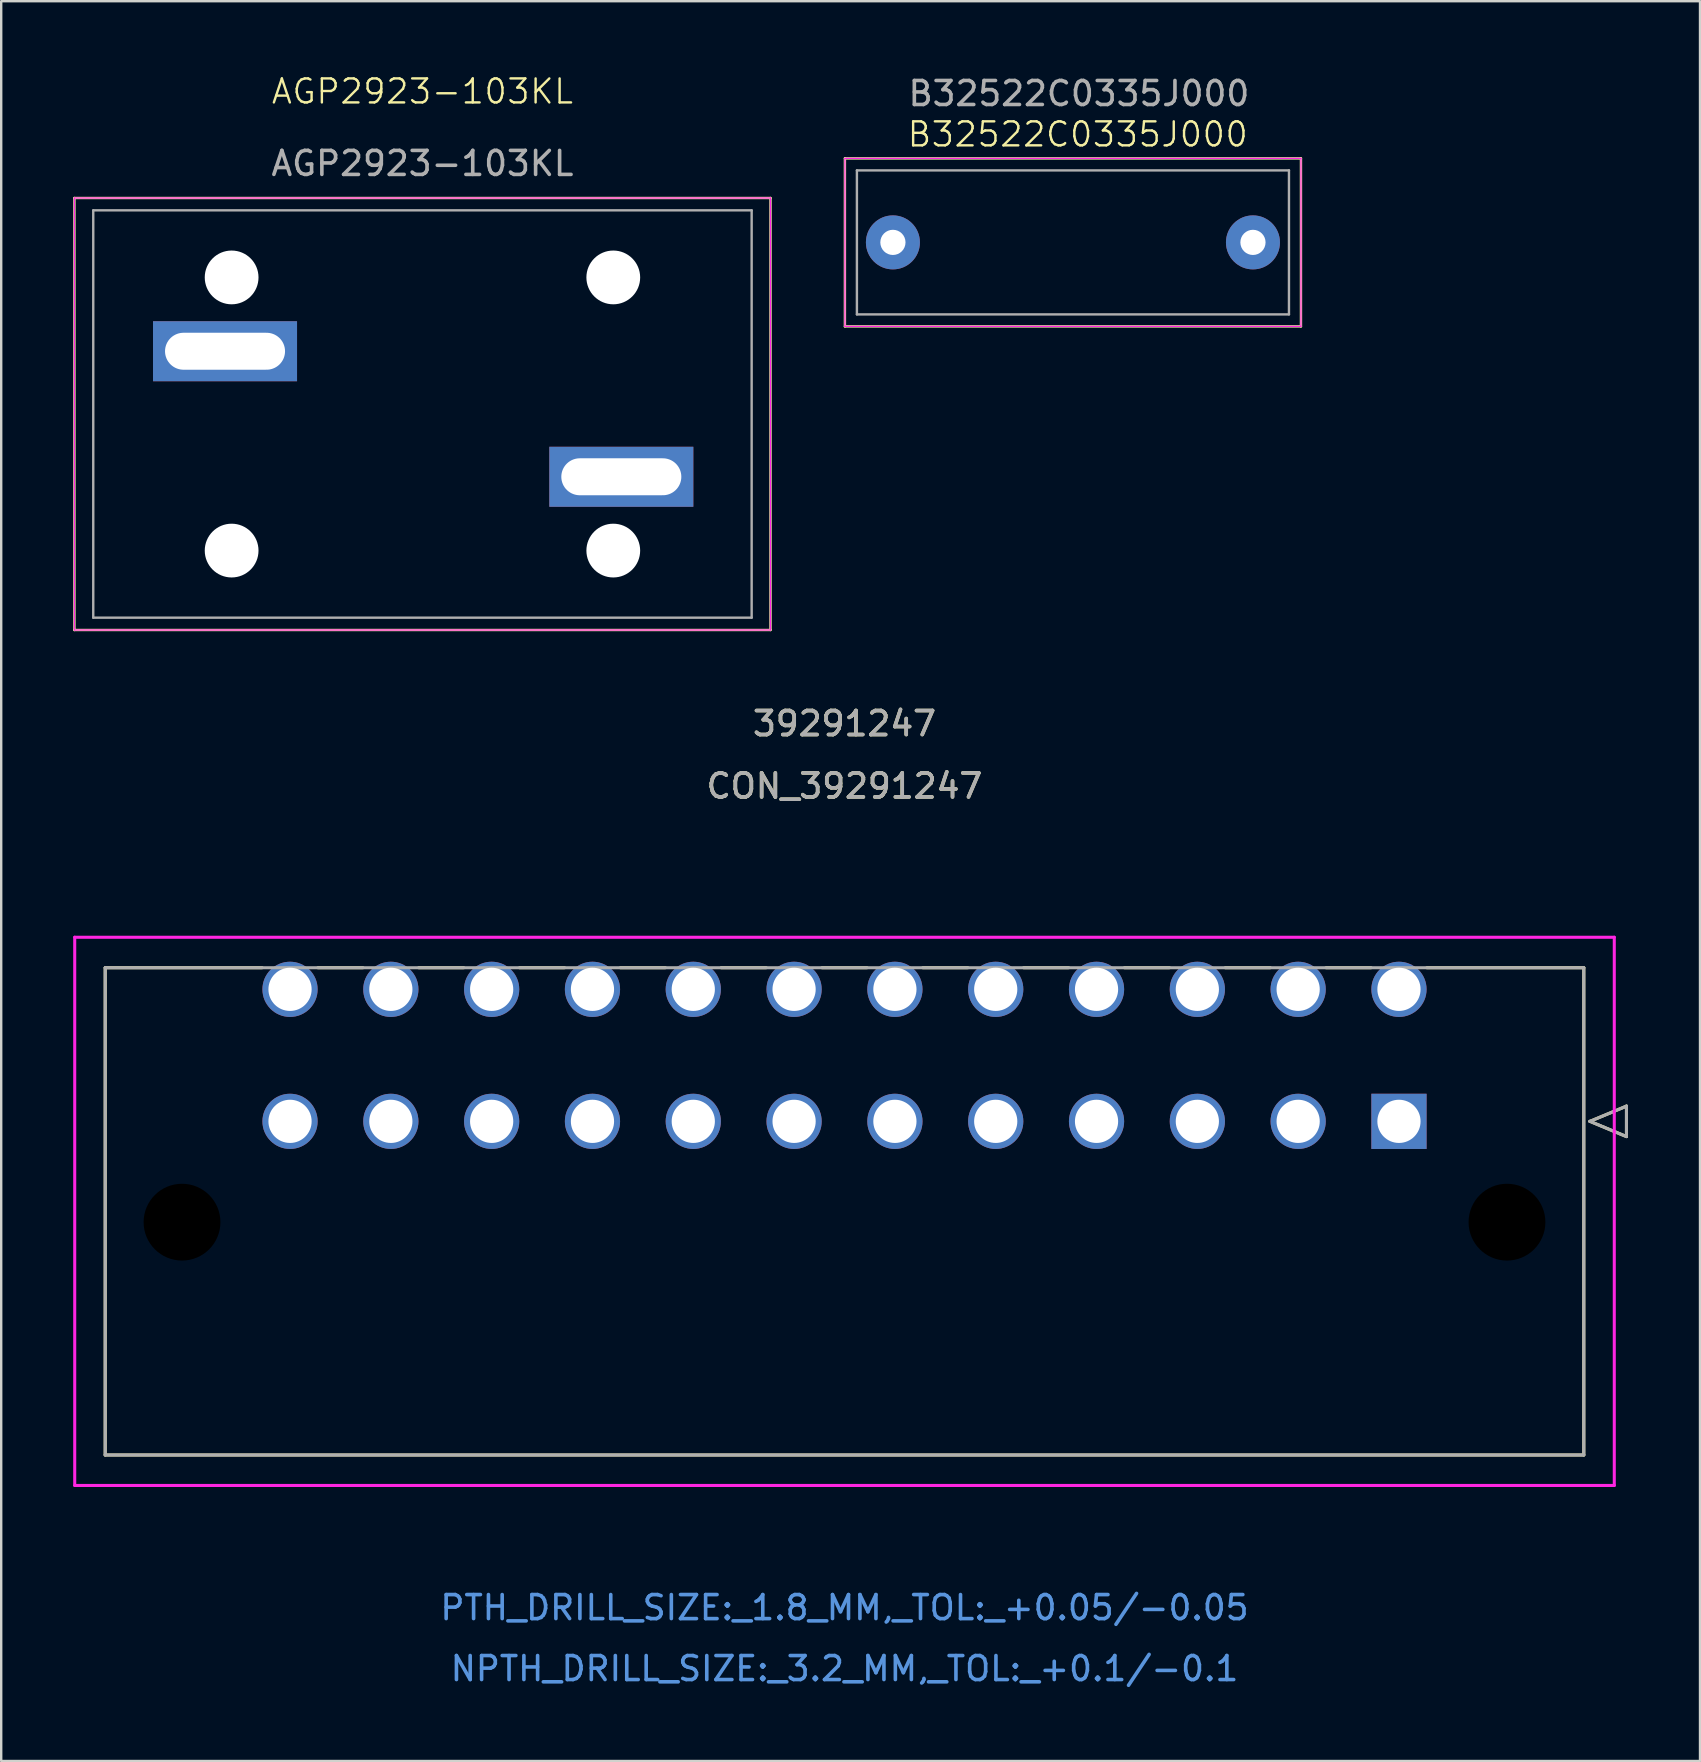
<source format=kicad_pcb>
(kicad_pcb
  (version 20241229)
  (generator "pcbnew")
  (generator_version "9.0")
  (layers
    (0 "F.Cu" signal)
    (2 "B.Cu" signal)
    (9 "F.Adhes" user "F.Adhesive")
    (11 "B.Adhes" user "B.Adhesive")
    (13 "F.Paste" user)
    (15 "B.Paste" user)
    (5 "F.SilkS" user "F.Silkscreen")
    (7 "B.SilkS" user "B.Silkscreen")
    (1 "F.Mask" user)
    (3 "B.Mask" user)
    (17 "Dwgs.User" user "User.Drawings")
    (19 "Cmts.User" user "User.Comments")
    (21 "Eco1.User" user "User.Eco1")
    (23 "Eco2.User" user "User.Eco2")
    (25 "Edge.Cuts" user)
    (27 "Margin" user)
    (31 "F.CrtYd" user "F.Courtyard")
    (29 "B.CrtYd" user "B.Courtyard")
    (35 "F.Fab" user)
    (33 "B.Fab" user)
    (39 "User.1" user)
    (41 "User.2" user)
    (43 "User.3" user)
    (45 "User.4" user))
  (footprint "AGP2923-103KL"
    (layer "F.Cu")
    (at 14.55 14.198)
    (property "Reference" "AGP2923-103KL" (at 0 -13.438 0) (unlocked yes) (layer "F.SilkS") (effects (font (size 1 1) (thickness 0.1))))
    (attr through_hole)
    (fp_line (start -14.5 -9) (end -14.5 9) (stroke (width 0.1) (type default)) (layer "F.SilkS"))
    (fp_line (start -14.5 9) (end 14.5 9) (stroke (width 0.1) (type default)) (layer "F.SilkS"))
    (fp_line (start 14.5 -9) (end -14.5 -9) (stroke (width 0.1) (type default)) (layer "F.SilkS"))
    (fp_line (start 14.5 9) (end 14.5 -9) (stroke (width 0.1) (type default)) (layer "F.SilkS"))
    (fp_line (start -14.5 -9) (end -14.5 9) (stroke (width 0.05) (type default)) (layer "F.CrtYd"))
    (fp_line (start -14.5 9) (end 14.5 9) (stroke (width 0.05) (type default)) (layer "F.CrtYd"))
    (fp_line (start 14.5 -9) (end -14.5 -9) (stroke (width 0.05) (type default)) (layer "F.CrtYd"))
    (fp_line (start 14.5 9) (end 14.5 -9) (stroke (width 0.05) (type default)) (layer "F.CrtYd"))
    (fp_line (start -13.715 -8.485) (end -13.715 8.485) (stroke (width 0.1) (type default)) (layer "F.Fab"))
    (fp_line (start -13.715 -8.485) (end 13.715 -8.485) (stroke (width 0.1) (type default)) (layer "F.Fab"))
    (fp_line (start -13.715 8.485) (end 13.715 8.485) (stroke (width 0.1) (type default)) (layer "F.Fab"))
    (fp_line (start 13.715 -8.485) (end 13.715 8.485) (stroke (width 0.1) (type default)) (layer "F.Fab"))
    (fp_text user "${REFERENCE}" (at 0 -10.438 0) (unlocked yes) (layer "F.Fab") (effects (font (size 1 1) (thickness 0.15))))
    (pad "" np_thru_hole circle (at -7.95 -5.69) (size 2.24 2.24) (drill 2.24) (layers "*.Cu" "*.Mask"))
    (pad "" np_thru_hole circle (at -7.95 5.69) (size 2.24 2.24) (drill 2.24) (layers "*.Cu" "*.Mask"))
    (pad "" np_thru_hole circle (at 7.95 -5.69) (size 2.24 2.24) (drill 2.24) (layers "*.Cu" "*.Mask"))
    (pad "" np_thru_hole circle (at 7.95 5.69) (size 2.24 2.24) (drill 2.24) (layers "*.Cu" "*.Mask"))
    (pad "1" thru_hole rect (at -8.225 -2.615) (size 6 2.5) (drill oval 5 1.54) (layers "*.Cu" "*.Mask"))
    (pad "2" thru_hole rect (at 8.285 2.615) (size 6 2.5) (drill oval 5 1.54) (layers "*.Cu" "*.Mask")))
  (footprint "B32522C0335J000"
    (layer "F.Cu")
    (at 41.65 7.048)
    (property "Reference" "B32522C0335J000" (at 0.2 -4.5 0) (unlocked yes) (layer "F.SilkS") (effects (font (size 1 1) (thickness 0.1))))
    (attr smd)
    (fp_line (start -9.5 -3.5) (end -9.5 3.5) (stroke (width 0.1) (type default)) (layer "F.SilkS"))
    (fp_line (start -9.5 3.5) (end 9.5 3.5) (stroke (width 0.1) (type default)) (layer "F.SilkS"))
    (fp_line (start 9.5 -3.5) (end -9.5 -3.5) (stroke (width 0.1) (type default)) (layer "F.SilkS"))
    (fp_line (start 9.5 3.5) (end 9.5 -3.5) (stroke (width 0.1) (type default)) (layer "F.SilkS"))
    (fp_line (start -9.5 -3.5) (end 9.5 -3.5) (stroke (width 0.05) (type default)) (layer "F.CrtYd"))
    (fp_line (start -9.5 3.5) (end -9.5 -3.5) (stroke (width 0.05) (type default)) (layer "F.CrtYd"))
    (fp_line (start 9.5 -3.5) (end 9.5 3.5) (stroke (width 0.05) (type default)) (layer "F.CrtYd"))
    (fp_line (start 9.5 3.5) (end -9.5 3.5) (stroke (width 0.05) (type default)) (layer "F.CrtYd"))
    (fp_line (start -9 -3) (end -9 3) (stroke (width 0.1) (type default)) (layer "F.Fab"))
    (fp_line (start -9 3) (end 9 3) (stroke (width 0.1) (type default)) (layer "F.Fab"))
    (fp_line (start 9 -3) (end -9 -3) (stroke (width 0.1) (type default)) (layer "F.Fab"))
    (fp_line (start 9 3) (end 9 -3) (stroke (width 0.1) (type default)) (layer "F.Fab"))
    (fp_text user "${REFERENCE}" (at 0.25 -6.2 0) (unlocked yes) (layer "F.Fab") (effects (font (size 1 1) (thickness 0.15))))
    (pad "1" thru_hole circle (at -7.5 0) (size 2.25 2.25) (drill 1.05) (layers "*.Cu" "*.Mask"))
    (pad "2" thru_hole circle (at 7.5 0) (size 2.25 2.25) (drill 1.05) (layers "*.Cu" "*.Mask")))
  (footprint "CON_39291247"
    (layer "F.Cu")
    (at 55.233 43.667)
    (property "Reference" "CON_39291247" (at -23.1 -13.97 0) (unlocked yes) (layer "F.SilkS") (effects (font (size 1 1) (thickness 0.15))))
    (attr through_hole)
    (fp_line (start -53.9 -6.4) (end -53.9 13.9) (stroke (width 0.127) (type solid)) (layer "F.SilkS"))
    (fp_line (start -53.9 13.9) (end 7.7 13.9) (stroke (width 0.127) (type solid)) (layer "F.SilkS"))
    (fp_line (start -47.362 -6.4) (end -53.9 -6.4) (stroke (width 0.127) (type solid)) (layer "F.SilkS"))
    (fp_line (start -43.162 -6.4) (end -45.038 -6.4) (stroke (width 0.127) (type solid)) (layer "F.SilkS"))
    (fp_line (start -38.962 -6.4) (end -40.838 -6.4) (stroke (width 0.127) (type solid)) (layer "F.SilkS"))
    (fp_line (start -34.762 -6.4) (end -36.638 -6.4) (stroke (width 0.127) (type solid)) (layer "F.SilkS"))
    (fp_line (start -30.562 -6.4) (end -32.438 -6.4) (stroke (width 0.127) (type solid)) (layer "F.SilkS"))
    (fp_line (start -26.362 -6.4) (end -28.238 -6.4) (stroke (width 0.127) (type solid)) (layer "F.SilkS"))
    (fp_line (start -22.162 -6.4) (end -24.038 -6.4) (stroke (width 0.127) (type solid)) (layer "F.SilkS"))
    (fp_line (start -17.962 -6.4) (end -19.838 -6.4) (stroke (width 0.127) (type solid)) (layer "F.SilkS"))
    (fp_line (start -13.762 -6.4) (end -15.638 -6.4) (stroke (width 0.127) (type solid)) (layer "F.SilkS"))
    (fp_line (start -9.562 -6.4) (end -11.438 -6.4) (stroke (width 0.127) (type solid)) (layer "F.SilkS"))
    (fp_line (start -5.362 -6.4) (end -7.238 -6.4) (stroke (width 0.127) (type solid)) (layer "F.SilkS"))
    (fp_line (start -1.162 -6.4) (end -3.038 -6.4) (stroke (width 0.127) (type solid)) (layer "F.SilkS"))
    (fp_line (start 7.7 -6.4) (end 1.162 -6.4) (stroke (width 0.127) (type solid)) (layer "F.SilkS"))
    (fp_line (start 7.7 13.9) (end 7.7 -6.4) (stroke (width 0.127) (type solid)) (layer "F.SilkS"))
    (fp_line (start 7.954 0) (end 9.478 -0.635) (stroke (width 0.127) (type solid)) (layer "F.SilkS"))
    (fp_line (start 9.478 -0.635) (end 9.478 0.635) (stroke (width 0.127) (type solid)) (layer "F.SilkS"))
    (fp_line (start 9.478 0.635) (end 7.954 0) (stroke (width 0.127) (type solid)) (layer "F.SilkS"))
    (fp_line (start -55.17 -7.67) (end -55.17 15.17) (stroke (width 0.127) (type solid)) (layer "F.CrtYd"))
    (fp_line (start -55.17 15.17) (end 8.97 15.17) (stroke (width 0.127) (type solid)) (layer "F.CrtYd"))
    (fp_line (start 8.97 -7.67) (end -55.17 -7.67) (stroke (width 0.127) (type solid)) (layer "F.CrtYd"))
    (fp_line (start 8.97 15.17) (end 8.97 -7.67) (stroke (width 0.127) (type solid)) (layer "F.CrtYd"))
    (fp_line (start -53.9 -6.4) (end -53.9 13.9) (stroke (width 0.127) (type solid)) (layer "F.Fab"))
    (fp_line (start -53.9 13.9) (end 7.7 13.9) (stroke (width 0.127) (type solid)) (layer "F.Fab"))
    (fp_line (start 7.7 -6.4) (end -53.9 -6.4) (stroke (width 0.127) (type solid)) (layer "F.Fab"))
    (fp_line (start 7.7 13.9) (end 7.7 -6.4) (stroke (width 0.127) (type solid)) (layer "F.Fab"))
    (fp_line (start 7.954 0) (end 9.478 -0.635) (stroke (width 0.127) (type solid)) (layer "F.Fab"))
    (fp_line (start 9.478 -0.635) (end 9.478 0.635) (stroke (width 0.127) (type solid)) (layer "F.Fab"))
    (fp_line (start 9.478 0.635) (end 7.954 0) (stroke (width 0.127) (type solid)) (layer "F.Fab"))
    (fp_text user "39291247" (at -23.1 -16.57 0) (unlocked yes) (layer "F.SilkS") (effects (font (size 1 1) (thickness 0.15))))
    (fp_text user "NPTH_DRILL_SIZE:_3.2_MM,_TOL:_+0.1/-0.1" (at -23.1 22.8 0) (unlocked yes) (layer "Cmts.User") (effects (font (size 1 1) (thickness 0.15))))
    (fp_text user "PTH_DRILL_SIZE:_1.8_MM,_TOL:_+0.05/-0.05" (at -23.1 20.26 0) (unlocked yes) (layer "Cmts.User") (effects (font (size 1 1) (thickness 0.15))))
    (fp_text user "${REFERENCE}" (at -23.1 -13.97 0) (unlocked yes) (layer "F.Fab") (effects (font (size 1 1) (thickness 0.15))))
    (fp_text user "39291247" (at -23.1 -16.57 0) (unlocked yes) (layer "F.Fab") (effects (font (size 1 1) (thickness 0.15))))
    (pad "" np_thru_hole circle (at -50.7 4.2) (size 3.2 3.2) (drill 3.2) (layers))
    (pad "" np_thru_hole circle (at 4.5 4.2) (size 3.2 3.2) (drill 3.2) (layers))
    (pad "1" thru_hole rect (at 0 0) (size 2.3 2.3) (drill 1.8) (layers "*.Cu" "*.Mask"))
    (pad "2" thru_hole circle (at -4.2 0) (size 2.3 2.3) (drill 1.8) (layers "*.Cu" "*.Mask"))
    (pad "3" thru_hole circle (at -8.4 0) (size 2.3 2.3) (drill 1.8) (layers "*.Cu" "*.Mask"))
    (pad "4" thru_hole circle (at -12.6 0) (size 2.3 2.3) (drill 1.8) (layers "*.Cu" "*.Mask"))
    (pad "5" thru_hole circle (at -16.8 0) (size 2.3 2.3) (drill 1.8) (layers "*.Cu" "*.Mask"))
    (pad "6" thru_hole circle (at -21 0) (size 2.3 2.3) (drill 1.8) (layers "*.Cu" "*.Mask"))
    (pad "7" thru_hole circle (at -25.2 0) (size 2.3 2.3) (drill 1.8) (layers "*.Cu" "*.Mask"))
    (pad "8" thru_hole circle (at -29.4 0) (size 2.3 2.3) (drill 1.8) (layers "*.Cu" "*.Mask"))
    (pad "9" thru_hole circle (at -33.6 0) (size 2.3 2.3) (drill 1.8) (layers "*.Cu" "*.Mask"))
    (pad "10" thru_hole circle (at -37.8 0) (size 2.3 2.3) (drill 1.8) (layers "*.Cu" "*.Mask"))
    (pad "11" thru_hole circle (at -42 0) (size 2.3 2.3) (drill 1.8) (layers "*.Cu" "*.Mask"))
    (pad "12" thru_hole circle (at -46.2 0) (size 2.3 2.3) (drill 1.8) (layers "*.Cu" "*.Mask"))
    (pad "13" thru_hole circle (at 0 -5.5) (size 2.3 2.3) (drill 1.8) (layers "*.Cu" "*.Mask"))
    (pad "14" thru_hole circle (at -4.2 -5.5) (size 2.3 2.3) (drill 1.8) (layers "*.Cu" "*.Mask"))
    (pad "15" thru_hole circle (at -8.4 -5.5) (size 2.3 2.3) (drill 1.8) (layers "*.Cu" "*.Mask"))
    (pad "16" thru_hole circle (at -12.6 -5.5) (size 2.3 2.3) (drill 1.8) (layers "*.Cu" "*.Mask"))
    (pad "17" thru_hole circle (at -16.8 -5.5) (size 2.3 2.3) (drill 1.8) (layers "*.Cu" "*.Mask"))
    (pad "18" thru_hole circle (at -21 -5.5) (size 2.3 2.3) (drill 1.8) (layers "*.Cu" "*.Mask"))
    (pad "19" thru_hole circle (at -25.2 -5.5) (size 2.3 2.3) (drill 1.8) (layers "*.Cu" "*.Mask"))
    (pad "20" thru_hole circle (at -29.4 -5.5) (size 2.3 2.3) (drill 1.8) (layers "*.Cu" "*.Mask"))
    (pad "21" thru_hole circle (at -33.6 -5.5) (size 2.3 2.3) (drill 1.8) (layers "*.Cu" "*.Mask"))
    (pad "22" thru_hole circle (at -37.8 -5.5) (size 2.3 2.3) (drill 1.8) (layers "*.Cu" "*.Mask"))
    (pad "23" thru_hole circle (at -42 -5.5) (size 2.3 2.3) (drill 1.8) (layers "*.Cu" "*.Mask"))
    (pad "24" thru_hole circle (at -46.2 -5.5) (size 2.3 2.3) (drill 1.8) (layers "*.Cu" "*.Mask")))
  (gr_rect
    (start -3 -3)
    (end 67.775 70.315)
    (stroke (width 0.1) (type default))
    (fill no)
    (layer "Edge.Cuts")))
</source>
